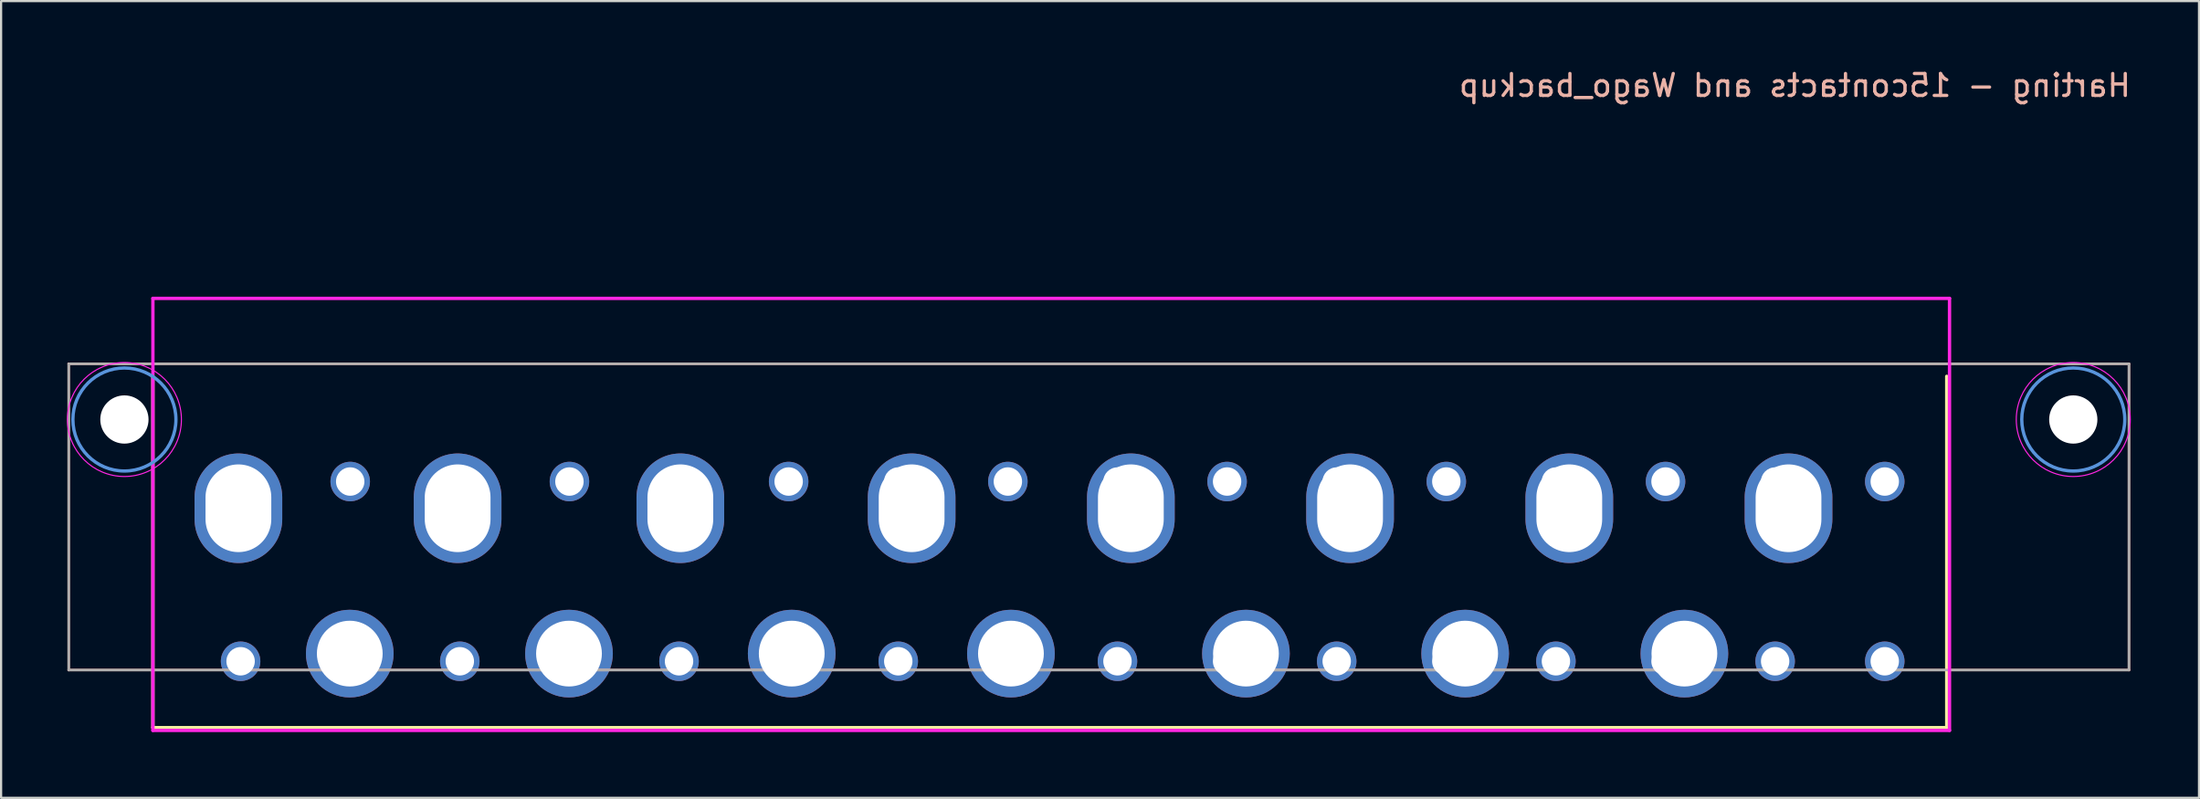
<source format=kicad_pcb>
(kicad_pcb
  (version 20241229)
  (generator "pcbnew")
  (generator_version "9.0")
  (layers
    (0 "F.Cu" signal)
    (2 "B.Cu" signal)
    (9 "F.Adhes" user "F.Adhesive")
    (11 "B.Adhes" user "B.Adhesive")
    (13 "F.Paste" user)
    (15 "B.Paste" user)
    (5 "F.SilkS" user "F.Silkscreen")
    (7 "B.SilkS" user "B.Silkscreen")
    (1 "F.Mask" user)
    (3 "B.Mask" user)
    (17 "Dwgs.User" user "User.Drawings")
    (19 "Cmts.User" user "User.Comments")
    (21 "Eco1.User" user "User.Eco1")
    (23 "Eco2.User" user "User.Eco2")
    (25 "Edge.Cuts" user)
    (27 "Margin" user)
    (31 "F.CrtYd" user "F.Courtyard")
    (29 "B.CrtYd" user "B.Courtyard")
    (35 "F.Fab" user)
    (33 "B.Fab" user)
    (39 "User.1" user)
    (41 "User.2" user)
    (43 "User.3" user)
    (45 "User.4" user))
  (footprint "Harting - 15contacts and Wago_backup"
    (layer "F.Cu")
    (at 78.825 21.168)
    (property "Reference" "Harting - 15contacts and Wago_backup" (at 0 -20.32 0) (unlocked yes) (layer "B.SilkS") (effects (font (size 1 1) (thickness 0.15)) (justify mirror)))
    (attr through_hole)
    (fp_line (start -74.9 -7.05) (end -74.9 8.977) (stroke (width 0.152) (type solid)) (layer "F.SilkS"))
    (fp_line (start -74.9 8.977) (end 6.927 8.977) (stroke (width 0.152) (type solid)) (layer "F.SilkS"))
    (fp_line (start 6.927 8.977) (end 6.927 -7.05) (stroke (width 0.152) (type solid)) (layer "F.SilkS"))
    (fp_line (start -78.74 -7.62) (end 15.24 -7.62) (stroke (width 0.12) (type default)) (layer "B.SilkS"))
    (fp_line (start -78.74 6.35) (end -78.74 -7.62) (stroke (width 0.12) (type default)) (layer "B.SilkS"))
    (fp_line (start 15.24 -7.62) (end 15.24 6.35) (stroke (width 0.12) (type default)) (layer "B.SilkS"))
    (fp_line (start 15.24 6.35) (end -78.74 6.35) (stroke (width 0.12) (type default)) (layer "B.SilkS"))
    (fp_circle (center -76.2 -5.08) (end -73.85 -5.08) (stroke (width 0.15) (type solid)) (fill no) (layer "Cmts.User"))
    (fp_circle (center 12.7 -5.08) (end 15.05 -5.08) (stroke (width 0.15) (type solid)) (fill no) (layer "Cmts.User"))
    (fp_line (start -74.9 -10.606) (end -74.9 9.104) (stroke (width 0.152) (type solid)) (layer "F.CrtYd"))
    (fp_line (start -74.9 9.104) (end 7.054 9.104) (stroke (width 0.152) (type solid)) (layer "F.CrtYd"))
    (fp_line (start 7.054 -10.606) (end -74.9 -10.606) (stroke (width 0.152) (type solid)) (layer "F.CrtYd"))
    (fp_line (start 7.054 9.104) (end 7.054 -10.606) (stroke (width 0.152) (type solid)) (layer "F.CrtYd"))
    (fp_circle (center -76.2 -5.08) (end -73.6 -5.08) (stroke (width 0.05) (type solid)) (fill no) (layer "F.CrtYd"))
    (fp_circle (center 12.7 -5.08) (end 15.3 -5.08) (stroke (width 0.05) (type solid)) (fill no) (layer "F.CrtYd"))
    (fp_rect (start -78.74 -7.62) (end 15.24 6.35) (stroke (width 0.1) (type default)) (fill no) (layer "F.Fab"))
    (pad "" np_thru_hole circle (at -76.2 -5.08) (size 2.2 2.2) (drill 2.8) (layers "*.Cu" "*.Mask"))
    (pad "" np_thru_hole circle (at 12.7 -5.08) (size 2.2 2.2) (drill 2.8) (layers "*.Cu" "*.Mask"))
    (pad "1" thru_hole circle (at 4.1 -2.25 180) (size 1.803 1.803) (drill 1.295) (layers "*.Cu" "*.Mask"))
    (pad "1" thru_hole circle (at 4.1 5.95 180) (size 1.803 1.803) (drill 1.295) (layers "*.Cu" "*.Mask"))
    (pad "2" thru_hole circle (at -0.9 -2.25 180) (size 1.803 1.803) (drill 1.295) (layers "*.Cu" "*.Mask"))
    (pad "2" thru_hole circle (at -0.9 5.95 180) (size 1.803 1.803) (drill 1.295) (layers "*.Cu" "*.Mask"))
    (pad "2" thru_hole oval (at -0.29 -1.031) (size 4 5) (drill oval 3 4) (layers "*.Cu" "*.Mask"))
    (pad "2" thru_hole roundrect (at 0 0) (size 2 2) (drill 1.2) (layers "*.Cu" "*.Mask") (roundrect_rratio 0.25))
    (pad "3" thru_hole circle (at -5.9 -2.25 180) (size 1.803 1.803) (drill 1.295) (layers "*.Cu" "*.Mask"))
    (pad "3" thru_hole circle (at -5.9 5.95 180) (size 1.803 1.803) (drill 1.295) (layers "*.Cu" "*.Mask"))
    (pad "3" thru_hole roundrect (at -5.08 5.08) (size 2 2) (drill 1.2) (layers "*.Cu" "*.Mask") (roundrect_rratio 0.25))
    (pad "3" thru_hole oval (at -5.04 5.6) (size 4 4) (drill oval 3) (layers "*.Cu" "*.Mask"))
    (pad "4" thru_hole circle (at -10.9 -2.25 180) (size 1.803 1.803) (drill 1.295) (layers "*.Cu" "*.Mask"))
    (pad "4" thru_hole circle (at -10.9 5.95 180) (size 1.803 1.803) (drill 1.295) (layers "*.Cu" "*.Mask"))
    (pad "4" thru_hole oval (at -10.29 -1.031) (size 4 5) (drill oval 3 4) (layers "*.Cu" "*.Mask"))
    (pad "4" thru_hole roundrect (at -10.16 0) (size 2 2) (drill 1.2) (layers "*.Cu" "*.Mask") (roundrect_rratio 0.25))
    (pad "5" thru_hole circle (at -15.9 -2.25 180) (size 1.803 1.803) (drill 1.295) (layers "*.Cu" "*.Mask"))
    (pad "5" thru_hole circle (at -15.9 5.95 180) (size 1.803 1.803) (drill 1.295) (layers "*.Cu" "*.Mask"))
    (pad "5" thru_hole roundrect (at -15.24 5.08) (size 2 2) (drill 1.2) (layers "*.Cu" "*.Mask") (roundrect_rratio 0.25))
    (pad "5" thru_hole oval (at -15.04 5.6) (size 4 4) (drill oval 3) (layers "*.Cu" "*.Mask"))
    (pad "6" thru_hole circle (at -20.9 -2.25 180) (size 1.803 1.803) (drill 1.295) (layers "*.Cu" "*.Mask"))
    (pad "6" thru_hole circle (at -20.9 5.95 180) (size 1.803 1.803) (drill 1.295) (layers "*.Cu" "*.Mask"))
    (pad "6" thru_hole roundrect (at -20.32 0) (size 2 2) (drill 1.2) (layers "*.Cu" "*.Mask") (roundrect_rratio 0.25))
    (pad "6" thru_hole oval (at -20.29 -1.031) (size 4 5) (drill oval 3 4) (layers "*.Cu" "*.Mask"))
    (pad "7" thru_hole circle (at -25.9 -2.25 180) (size 1.803 1.803) (drill 1.295) (layers "*.Cu" "*.Mask"))
    (pad "7" thru_hole circle (at -25.9 5.95 180) (size 1.803 1.803) (drill 1.295) (layers "*.Cu" "*.Mask"))
    (pad "7" thru_hole roundrect (at -25.4 5.334) (size 2 2) (drill 1.2) (layers "*.Cu" "*.Mask") (roundrect_rratio 0.25))
    (pad "7" thru_hole oval (at -25.04 5.6) (size 4 4) (drill oval 3) (layers "*.Cu" "*.Mask"))
    (pad "8" thru_hole circle (at -30.9 -2.25 180) (size 1.803 1.803) (drill 1.295) (layers "*.Cu" "*.Mask"))
    (pad "8" thru_hole circle (at -30.9 5.95 180) (size 1.803 1.803) (drill 1.295) (layers "*.Cu" "*.Mask"))
    (pad "8" thru_hole roundrect (at -30.48 0) (size 2 2) (drill 1.2) (layers "*.Cu" "*.Mask") (roundrect_rratio 0.25))
    (pad "8" thru_hole oval (at -30.29 -1.031) (size 4 5) (drill oval 3 4) (layers "*.Cu" "*.Mask"))
    (pad "9" thru_hole circle (at -35.9 -2.25 180) (size 1.803 1.803) (drill 1.295) (layers "*.Cu" "*.Mask"))
    (pad "9" thru_hole circle (at -35.9 5.95 180) (size 1.803 1.803) (drill 1.295) (layers "*.Cu" "*.Mask"))
    (pad "9" thru_hole oval (at -35.76 5.6) (size 4 4) (drill oval 3) (layers "*.Cu" "*.Mask"))
    (pad "9" thru_hole roundrect (at -35.56 5.08) (size 2 2) (drill 1.2) (layers "*.Cu" "*.Mask") (roundrect_rratio 0.25))
    (pad "10" thru_hole circle (at -40.9 -2.25 180) (size 1.803 1.803) (drill 1.295) (layers "*.Cu" "*.Mask"))
    (pad "10" thru_hole circle (at -40.9 5.95 180) (size 1.803 1.803) (drill 1.295) (layers "*.Cu" "*.Mask"))
    (pad "10" thru_hole roundrect (at -40.64 0) (size 2 2) (drill 1.2) (layers "*.Cu" "*.Mask") (roundrect_rratio 0.25))
    (pad "10" thru_hole oval (at -40.29 -1.031) (size 4 5) (drill oval 3 4) (layers "*.Cu" "*.Mask"))
    (pad "11" thru_hole circle (at -45.9 -2.25 180) (size 1.803 1.803) (drill 1.295) (layers "*.Cu" "*.Mask"))
    (pad "11" thru_hole circle (at -45.9 5.95 180) (size 1.803 1.803) (drill 1.295) (layers "*.Cu" "*.Mask"))
    (pad "11" thru_hole oval (at -45.76 5.6) (size 4 4) (drill oval 3) (layers "*.Cu" "*.Mask"))
    (pad "11" thru_hole roundrect (at -45.72 5.08) (size 2 2) (drill 1.2) (layers "*.Cu" "*.Mask") (roundrect_rratio 0.25))
    (pad "12" thru_hole circle (at -50.9 -2.25 180) (size 1.803 1.803) (drill 1.295) (layers "*.Cu" "*.Mask"))
    (pad "12" thru_hole circle (at -50.9 5.95 180) (size 1.803 1.803) (drill 1.295) (layers "*.Cu" "*.Mask"))
    (pad "12" thru_hole oval (at -50.84 -1.031) (size 4 5) (drill oval 3 4) (layers "*.Cu" "*.Mask"))
    (pad "12" thru_hole roundrect (at -50.8 0) (size 2 2) (drill 1.2) (layers "*.Cu" "*.Mask") (roundrect_rratio 0.25))
    (pad "13" thru_hole oval (at -55.92 5.6) (size 4 4) (drill oval 3) (layers "*.Cu" "*.Mask"))
    (pad "13" thru_hole circle (at -55.9 -2.25 180) (size 1.803 1.803) (drill 1.295) (layers "*.Cu" "*.Mask"))
    (pad "13" thru_hole circle (at -55.9 5.95 180) (size 1.803 1.803) (drill 1.295) (layers "*.Cu" "*.Mask"))
    (pad "13" thru_hole roundrect (at -55.88 5.08) (size 2 2) (drill 1.2) (layers "*.Cu" "*.Mask") (roundrect_rratio 0.25))
    (pad "14" thru_hole oval (at -61 -1.031) (size 4 5) (drill oval 3 4) (layers "*.Cu" "*.Mask"))
    (pad "14" thru_hole roundrect (at -60.96 0) (size 2 2) (drill 1.2) (layers "*.Cu" "*.Mask") (roundrect_rratio 0.25))
    (pad "14" thru_hole circle (at -60.9 -2.25 180) (size 1.803 1.803) (drill 1.295) (layers "*.Cu" "*.Mask"))
    (pad "14" thru_hole circle (at -60.9 5.95 180) (size 1.803 1.803) (drill 1.295) (layers "*.Cu" "*.Mask"))
    (pad "15" thru_hole roundrect (at -66.04 5.08) (size 2 2) (drill 1.2) (layers "*.Cu" "*.Mask") (roundrect_rratio 0.25))
    (pad "15" thru_hole oval (at -65.92 5.6) (size 4 4) (drill oval 3) (layers "*.Cu" "*.Mask"))
    (pad "15" thru_hole circle (at -65.9 -2.25 180) (size 1.803 1.803) (drill 1.295) (layers "*.Cu" "*.Mask"))
    (pad "15" thru_hole circle (at -65.9 5.95 180) (size 1.803 1.803) (drill 1.295) (layers "*.Cu" "*.Mask"))
    (pad "16" thru_hole roundrect (at -71.12 0) (size 2 2) (drill 1.2) (layers "*.Cu" "*.Mask") (roundrect_rratio 0.25))
    (pad "16" thru_hole oval (at -71 -1.031) (size 4 5) (drill oval 3 4) (layers "*.Cu" "*.Mask"))
    (pad "16" thru_hole circle (at -70.9 -2.25 180) (size 1.803 1.803) (drill 1.295) (layers "*.Cu" "*.Mask"))
    (pad "16" thru_hole circle (at -70.9 5.95 180) (size 1.803 1.803) (drill 1.295) (layers "*.Cu" "*.Mask")))
  (gr_rect
    (start -3 -3)
    (end 97.26 33.348)
    (stroke (width 0.1) (type default))
    (fill no)
    (layer "Edge.Cuts")))
</source>
